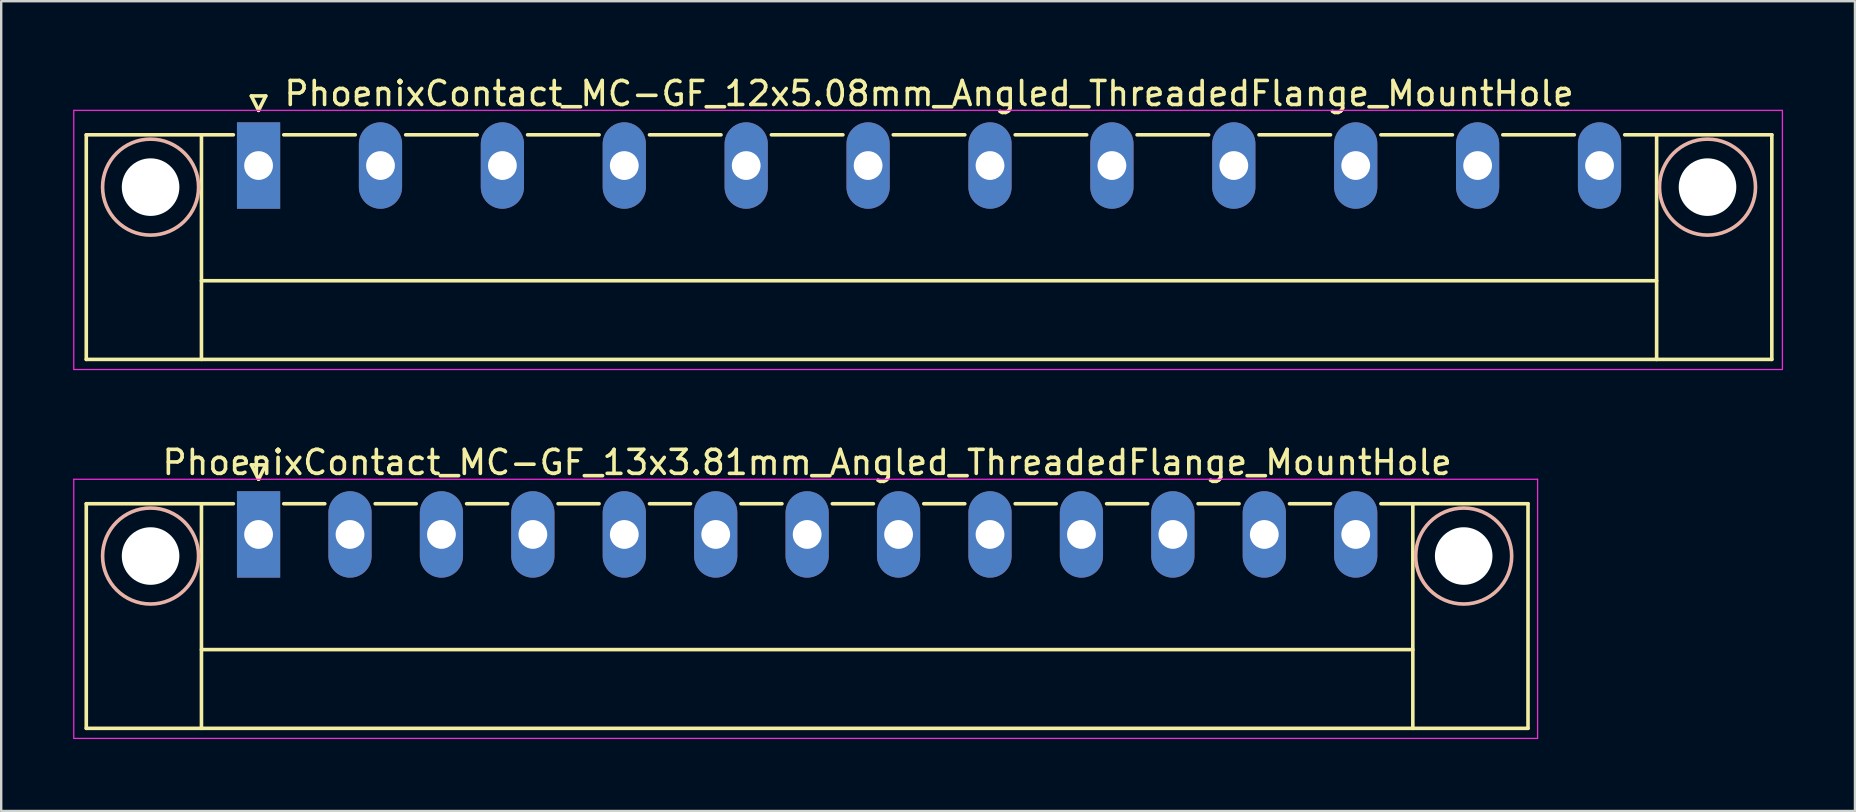
<source format=kicad_pcb>
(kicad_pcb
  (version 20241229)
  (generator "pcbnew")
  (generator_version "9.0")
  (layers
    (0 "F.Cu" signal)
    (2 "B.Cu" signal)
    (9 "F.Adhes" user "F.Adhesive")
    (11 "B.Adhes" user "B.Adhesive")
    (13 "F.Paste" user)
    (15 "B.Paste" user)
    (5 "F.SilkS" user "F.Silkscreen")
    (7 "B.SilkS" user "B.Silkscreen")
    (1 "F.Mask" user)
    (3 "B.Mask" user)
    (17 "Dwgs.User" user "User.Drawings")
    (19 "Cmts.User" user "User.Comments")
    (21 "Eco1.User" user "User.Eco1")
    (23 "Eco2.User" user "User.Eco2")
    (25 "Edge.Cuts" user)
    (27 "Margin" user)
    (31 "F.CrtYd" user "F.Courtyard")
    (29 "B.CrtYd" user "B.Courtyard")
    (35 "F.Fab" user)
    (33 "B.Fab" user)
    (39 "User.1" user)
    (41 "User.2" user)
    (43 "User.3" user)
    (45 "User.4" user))
  (footprint "PhoenixContact_MC-GF_13x3.81mm_Angled_ThreadedFlange_MountHole"
    (layer "F.Cu")
    (at 7.725 19.221)
    (property "Reference" "PhoenixContact_MC-GF_13x3.81mm_Angled_ThreadedFlange_MountHole" (at 22.86 -3 0) (layer "F.SilkS") (effects (font (size 1 1) (thickness 0.15))))
    (attr through_hole)
    (fp_line (start -7.18 -1.28) (end -7.18 8.08) (stroke (width 0.15) (type solid)) (layer "F.SilkS"))
    (fp_line (start -7.18 -1.28) (end -1.05 -1.28) (stroke (width 0.15) (type solid)) (layer "F.SilkS"))
    (fp_line (start -7.18 8.08) (end 52.9 8.08) (stroke (width 0.15) (type solid)) (layer "F.SilkS"))
    (fp_line (start -2.38 -1.28) (end -2.38 8.08) (stroke (width 0.15) (type solid)) (layer "F.SilkS"))
    (fp_line (start -2.38 4.8) (end 48.1 4.8) (stroke (width 0.15) (type solid)) (layer "F.SilkS"))
    (fp_line (start -0.3 -2.9) (end 0 -2.3) (stroke (width 0.15) (type solid)) (layer "F.SilkS"))
    (fp_line (start 0 -2.3) (end 0.3 -2.9) (stroke (width 0.15) (type solid)) (layer "F.SilkS"))
    (fp_line (start 0.3 -2.9) (end -0.3 -2.9) (stroke (width 0.15) (type solid)) (layer "F.SilkS"))
    (fp_line (start 1.05 -1.28) (end 2.76 -1.28) (stroke (width 0.15) (type solid)) (layer "F.SilkS"))
    (fp_line (start 4.86 -1.28) (end 6.57 -1.28) (stroke (width 0.15) (type solid)) (layer "F.SilkS"))
    (fp_line (start 8.67 -1.28) (end 10.38 -1.28) (stroke (width 0.15) (type solid)) (layer "F.SilkS"))
    (fp_line (start 12.48 -1.28) (end 14.19 -1.28) (stroke (width 0.15) (type solid)) (layer "F.SilkS"))
    (fp_line (start 16.29 -1.28) (end 18 -1.28) (stroke (width 0.15) (type solid)) (layer "F.SilkS"))
    (fp_line (start 20.1 -1.28) (end 21.81 -1.28) (stroke (width 0.15) (type solid)) (layer "F.SilkS"))
    (fp_line (start 23.91 -1.28) (end 25.62 -1.28) (stroke (width 0.15) (type solid)) (layer "F.SilkS"))
    (fp_line (start 27.72 -1.28) (end 29.43 -1.28) (stroke (width 0.15) (type solid)) (layer "F.SilkS"))
    (fp_line (start 31.53 -1.28) (end 33.24 -1.28) (stroke (width 0.15) (type solid)) (layer "F.SilkS"))
    (fp_line (start 35.34 -1.28) (end 37.05 -1.28) (stroke (width 0.15) (type solid)) (layer "F.SilkS"))
    (fp_line (start 39.15 -1.28) (end 40.86 -1.28) (stroke (width 0.15) (type solid)) (layer "F.SilkS"))
    (fp_line (start 42.96 -1.28) (end 44.67 -1.28) (stroke (width 0.15) (type solid)) (layer "F.SilkS"))
    (fp_line (start 48.1 -1.28) (end 48.1 8.08) (stroke (width 0.15) (type solid)) (layer "F.SilkS"))
    (fp_line (start 52.9 -1.28) (end 46.77 -1.28) (stroke (width 0.15) (type solid)) (layer "F.SilkS"))
    (fp_line (start 52.9 8.08) (end 52.9 -1.28) (stroke (width 0.15) (type solid)) (layer "F.SilkS"))
    (fp_circle (center -4.5 0.9) (end -2.5 0.9) (stroke (width 0.15) (type solid)) (fill no) (layer "B.SilkS"))
    (fp_circle (center 50.22 0.9) (end 52.22 0.9) (stroke (width 0.15) (type solid)) (fill no) (layer "B.SilkS"))
    (fp_line (start -7.7 -2.3) (end -7.7 8.5) (stroke (width 0.05) (type solid)) (layer "F.CrtYd"))
    (fp_line (start -7.7 8.5) (end 53.3 8.5) (stroke (width 0.05) (type solid)) (layer "F.CrtYd"))
    (fp_line (start 53.3 -2.3) (end -7.7 -2.3) (stroke (width 0.05) (type solid)) (layer "F.CrtYd"))
    (fp_line (start 53.3 8.5) (end 53.3 -2.3) (stroke (width 0.05) (type solid)) (layer "F.CrtYd"))
    (pad "" np_thru_hole circle (at -4.5 0.9) (size 2.4 2.4) (drill 2.4) (layers "*.Cu" "*.Mask"))
    (pad "" np_thru_hole circle (at 50.22 0.9) (size 2.4 2.4) (drill 2.4) (layers "*.Cu" "*.Mask"))
    (pad "1" thru_hole rect (at 0 0) (size 1.8 3.6) (drill 1.2) (layers "*.Cu" "*.Mask"))
    (pad "2" thru_hole oval (at 3.81 0) (size 1.8 3.6) (drill 1.2) (layers "*.Cu" "*.Mask"))
    (pad "3" thru_hole oval (at 7.62 0) (size 1.8 3.6) (drill 1.2) (layers "*.Cu" "*.Mask"))
    (pad "4" thru_hole oval (at 11.43 0) (size 1.8 3.6) (drill 1.2) (layers "*.Cu" "*.Mask"))
    (pad "5" thru_hole oval (at 15.24 0) (size 1.8 3.6) (drill 1.2) (layers "*.Cu" "*.Mask"))
    (pad "6" thru_hole oval (at 19.05 0) (size 1.8 3.6) (drill 1.2) (layers "*.Cu" "*.Mask"))
    (pad "7" thru_hole oval (at 22.86 0) (size 1.8 3.6) (drill 1.2) (layers "*.Cu" "*.Mask"))
    (pad "8" thru_hole oval (at 26.67 0) (size 1.8 3.6) (drill 1.2) (layers "*.Cu" "*.Mask"))
    (pad "9" thru_hole oval (at 30.48 0) (size 1.8 3.6) (drill 1.2) (layers "*.Cu" "*.Mask"))
    (pad "10" thru_hole oval (at 34.29 0) (size 1.8 3.6) (drill 1.2) (layers "*.Cu" "*.Mask"))
    (pad "11" thru_hole oval (at 38.1 0) (size 1.8 3.6) (drill 1.2) (layers "*.Cu" "*.Mask"))
    (pad "12" thru_hole oval (at 41.91 0) (size 1.8 3.6) (drill 1.2) (layers "*.Cu" "*.Mask"))
    (pad "13" thru_hole oval (at 45.72 0) (size 1.8 3.6) (drill 1.2) (layers "*.Cu" "*.Mask")))
  (footprint "PhoenixContact_MC-GF_12x5.08mm_Angled_ThreadedFlange_MountHole"
    (layer "F.Cu")
    (at 7.725 3.848)
    (property "Reference" "PhoenixContact_MC-GF_12x5.08mm_Angled_ThreadedFlange_MountHole" (at 27.94 -3 0) (layer "F.SilkS") (effects (font (size 1 1) (thickness 0.15))))
    (attr through_hole)
    (fp_line (start -7.18 -1.28) (end -7.18 8.08) (stroke (width 0.15) (type solid)) (layer "F.SilkS"))
    (fp_line (start -7.18 -1.28) (end -1.05 -1.28) (stroke (width 0.15) (type solid)) (layer "F.SilkS"))
    (fp_line (start -7.18 8.08) (end 63.06 8.08) (stroke (width 0.15) (type solid)) (layer "F.SilkS"))
    (fp_line (start -2.38 -1.28) (end -2.38 8.08) (stroke (width 0.15) (type solid)) (layer "F.SilkS"))
    (fp_line (start -2.38 4.8) (end 58.26 4.8) (stroke (width 0.15) (type solid)) (layer "F.SilkS"))
    (fp_line (start -0.3 -2.9) (end 0 -2.3) (stroke (width 0.15) (type solid)) (layer "F.SilkS"))
    (fp_line (start 0 -2.3) (end 0.3 -2.9) (stroke (width 0.15) (type solid)) (layer "F.SilkS"))
    (fp_line (start 0.3 -2.9) (end -0.3 -2.9) (stroke (width 0.15) (type solid)) (layer "F.SilkS"))
    (fp_line (start 1.05 -1.28) (end 4.03 -1.28) (stroke (width 0.15) (type solid)) (layer "F.SilkS"))
    (fp_line (start 6.13 -1.28) (end 9.11 -1.28) (stroke (width 0.15) (type solid)) (layer "F.SilkS"))
    (fp_line (start 11.21 -1.28) (end 14.19 -1.28) (stroke (width 0.15) (type solid)) (layer "F.SilkS"))
    (fp_line (start 16.29 -1.28) (end 19.27 -1.28) (stroke (width 0.15) (type solid)) (layer "F.SilkS"))
    (fp_line (start 21.37 -1.28) (end 24.35 -1.28) (stroke (width 0.15) (type solid)) (layer "F.SilkS"))
    (fp_line (start 26.45 -1.28) (end 29.43 -1.28) (stroke (width 0.15) (type solid)) (layer "F.SilkS"))
    (fp_line (start 31.53 -1.28) (end 34.51 -1.28) (stroke (width 0.15) (type solid)) (layer "F.SilkS"))
    (fp_line (start 36.61 -1.28) (end 39.59 -1.28) (stroke (width 0.15) (type solid)) (layer "F.SilkS"))
    (fp_line (start 41.69 -1.28) (end 44.67 -1.28) (stroke (width 0.15) (type solid)) (layer "F.SilkS"))
    (fp_line (start 46.77 -1.28) (end 49.75 -1.28) (stroke (width 0.15) (type solid)) (layer "F.SilkS"))
    (fp_line (start 51.85 -1.28) (end 54.83 -1.28) (stroke (width 0.15) (type solid)) (layer "F.SilkS"))
    (fp_line (start 58.26 -1.28) (end 58.26 8.08) (stroke (width 0.15) (type solid)) (layer "F.SilkS"))
    (fp_line (start 63.06 -1.28) (end 56.93 -1.28) (stroke (width 0.15) (type solid)) (layer "F.SilkS"))
    (fp_line (start 63.06 8.08) (end 63.06 -1.28) (stroke (width 0.15) (type solid)) (layer "F.SilkS"))
    (fp_circle (center -4.5 0.9) (end -2.5 0.9) (stroke (width 0.15) (type solid)) (fill no) (layer "B.SilkS"))
    (fp_circle (center 60.38 0.9) (end 62.38 0.9) (stroke (width 0.15) (type solid)) (fill no) (layer "B.SilkS"))
    (fp_line (start -7.7 -2.3) (end -7.7 8.5) (stroke (width 0.05) (type solid)) (layer "F.CrtYd"))
    (fp_line (start -7.7 8.5) (end 63.5 8.5) (stroke (width 0.05) (type solid)) (layer "F.CrtYd"))
    (fp_line (start 63.5 -2.3) (end -7.7 -2.3) (stroke (width 0.05) (type solid)) (layer "F.CrtYd"))
    (fp_line (start 63.5 8.5) (end 63.5 -2.3) (stroke (width 0.05) (type solid)) (layer "F.CrtYd"))
    (pad "" np_thru_hole circle (at -4.5 0.9) (size 2.4 2.4) (drill 2.4) (layers "*.Cu" "*.Mask"))
    (pad "" np_thru_hole circle (at 60.38 0.9) (size 2.4 2.4) (drill 2.4) (layers "*.Cu" "*.Mask"))
    (pad "1" thru_hole rect (at 0 0) (size 1.8 3.6) (drill 1.2) (layers "*.Cu" "*.Mask"))
    (pad "2" thru_hole oval (at 5.08 0) (size 1.8 3.6) (drill 1.2) (layers "*.Cu" "*.Mask"))
    (pad "3" thru_hole oval (at 10.16 0) (size 1.8 3.6) (drill 1.2) (layers "*.Cu" "*.Mask"))
    (pad "4" thru_hole oval (at 15.24 0) (size 1.8 3.6) (drill 1.2) (layers "*.Cu" "*.Mask"))
    (pad "5" thru_hole oval (at 20.32 0) (size 1.8 3.6) (drill 1.2) (layers "*.Cu" "*.Mask"))
    (pad "6" thru_hole oval (at 25.4 0) (size 1.8 3.6) (drill 1.2) (layers "*.Cu" "*.Mask"))
    (pad "7" thru_hole oval (at 30.48 0) (size 1.8 3.6) (drill 1.2) (layers "*.Cu" "*.Mask"))
    (pad "8" thru_hole oval (at 35.56 0) (size 1.8 3.6) (drill 1.2) (layers "*.Cu" "*.Mask"))
    (pad "9" thru_hole oval (at 40.64 0) (size 1.8 3.6) (drill 1.2) (layers "*.Cu" "*.Mask"))
    (pad "10" thru_hole oval (at 45.72 0) (size 1.8 3.6) (drill 1.2) (layers "*.Cu" "*.Mask"))
    (pad "11" thru_hole oval (at 50.8 0) (size 1.8 3.6) (drill 1.2) (layers "*.Cu" "*.Mask"))
    (pad "12" thru_hole oval (at 55.88 0) (size 1.8 3.6) (drill 1.2) (layers "*.Cu" "*.Mask")))
  (gr_rect
    (start -3 -3)
    (end 74.25 30.747)
    (stroke (width 0.1) (type default))
    (fill no)
    (layer "Edge.Cuts")))
</source>
